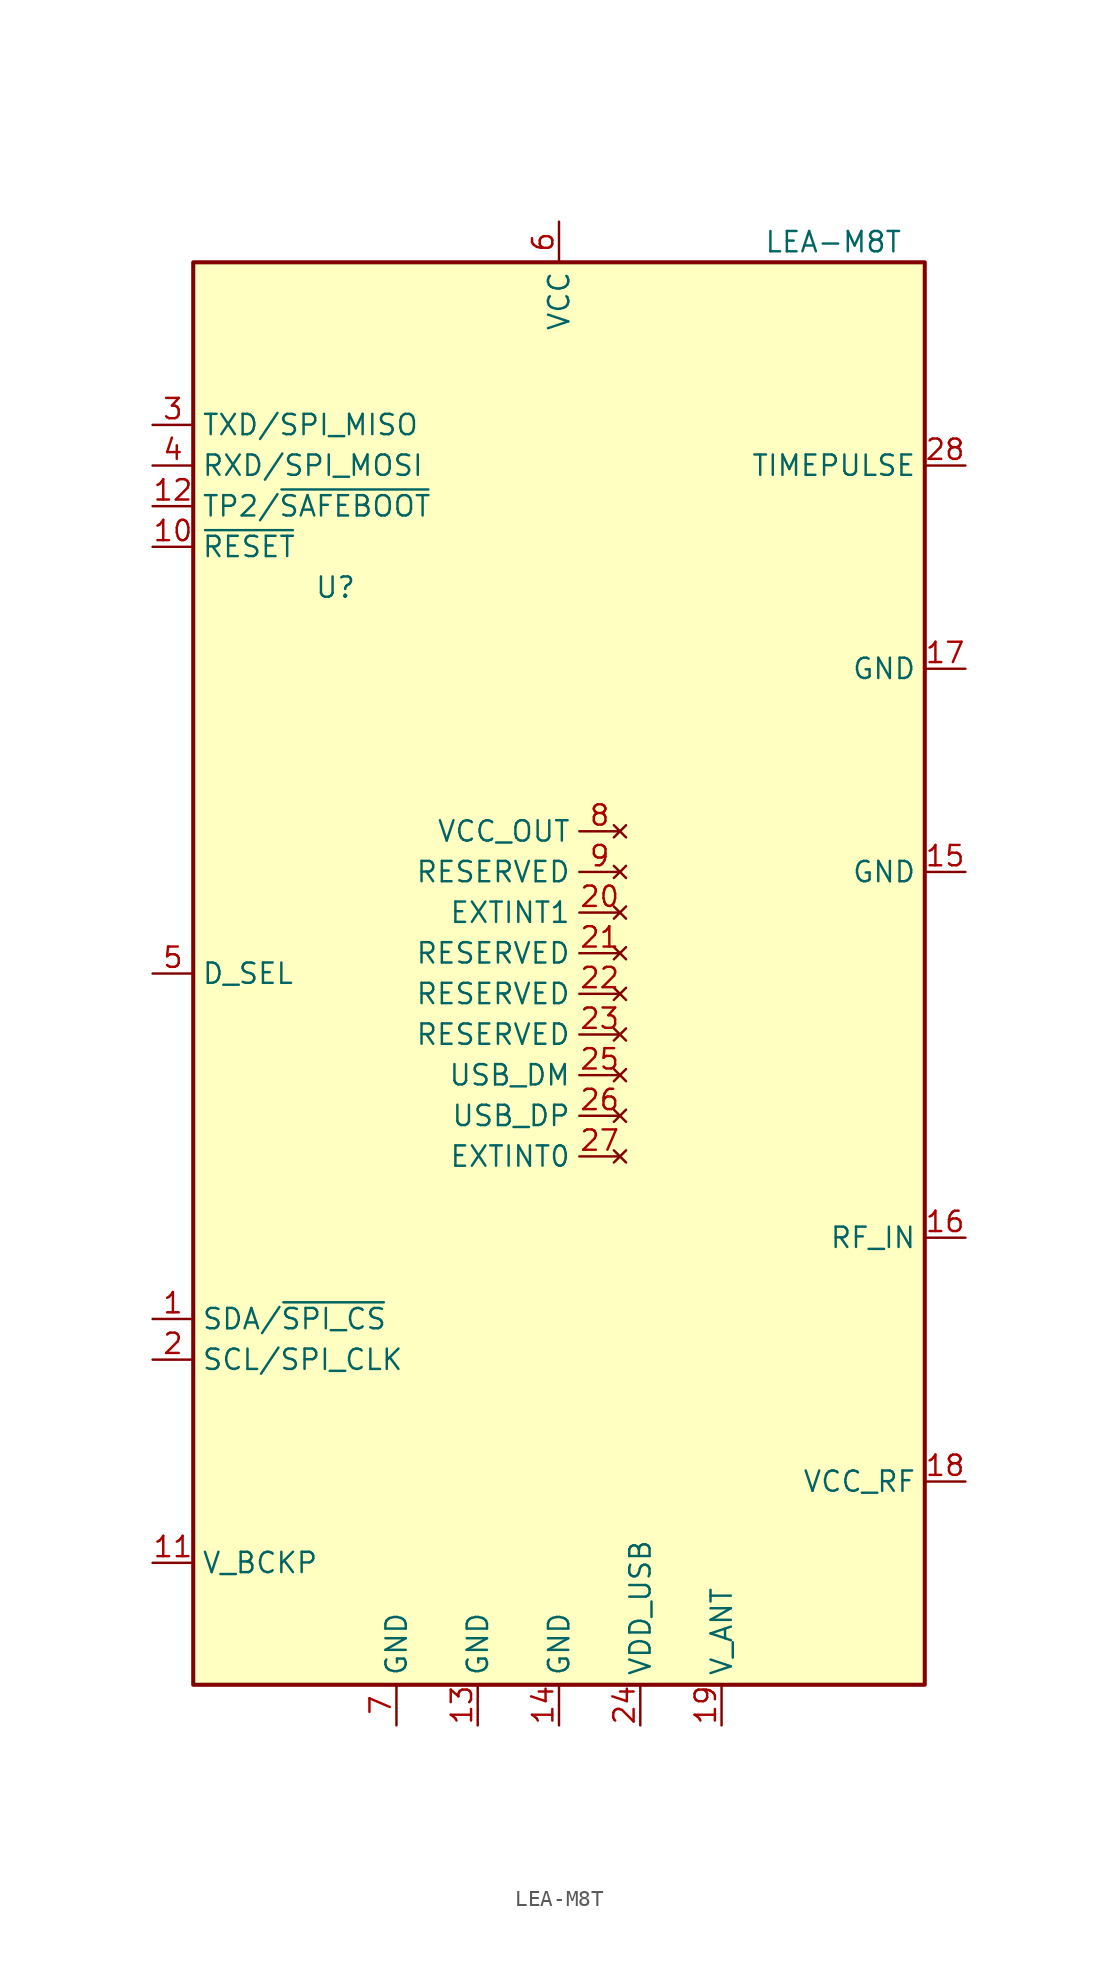
<source format=kicad_sym>
(kicad_symbol_lib
  (version 20220914)
  (generator kicad_symbol_editor)
  (symbol "LEA-M8T"
    (property "Reference" "U"
      (at -13.97 24.13 0)
      (effects (font (size 1.27 1.27))))
    (property "Value" "LEA-M8T"
      (at 17.145 45.72 0)
      (effects (font (size 1.27 1.27))))
    (symbol "LEA-M8T_0_1"
      (rectangle (start -22.86 44.45) (end 22.86 -44.45) (stroke (width 0.254) (type default)) (fill (type background))))
    (symbol "LEA-M8T_1_1"
      (pin bidirectional line (at -25.4 -21.59 0) (length 2.54) (name "SDA/~{SPI_CS}" (effects (font (size 1.27 1.27)))) (number "1" (effects (font (size 1.27 1.27)))))
      (pin input line (at -25.4 26.67 0) (length 2.54) (name "~{RESET}" (effects (font (size 1.27 1.27)))) (number "10" (effects (font (size 1.27 1.27)))))
      (pin power_in line (at -25.4 -36.83 0) (length 2.54) (name "V_BCKP" (effects (font (size 1.27 1.27)))) (number "11" (effects (font (size 1.27 1.27)))))
      (pin bidirectional line (at -25.4 29.21 0) (length 2.54) (name "TP2/~{SAFEBOOT}" (effects (font (size 1.27 1.27)))) (number "12" (effects (font (size 1.27 1.27)))))
      (pin passive line (at -5.08 -46.99 90) (length 2.54) (name "GND" (effects (font (size 1.27 1.27)))) (number "13" (effects (font (size 1.27 1.27)))))
      (pin passive line (at 0 -46.99 90) (length 2.54) (name "GND" (effects (font (size 1.27 1.27)))) (number "14" (effects (font (size 1.27 1.27)))))
      (pin passive line (at 25.4 6.35 180) (length 2.54) (name "GND" (effects (font (size 1.27 1.27)))) (number "15" (effects (font (size 1.27 1.27)))))
      (pin input line (at 25.4 -16.51 180) (length 2.54) (name "RF_IN" (effects (font (size 1.27 1.27)))) (number "16" (effects (font (size 1.27 1.27)))))
      (pin passive line (at 25.4 19.05 180) (length 2.54) (name "GND" (effects (font (size 1.27 1.27)))) (number "17" (effects (font (size 1.27 1.27)))))
      (pin power_out line (at 25.4 -31.75 180) (length 2.54) (name "VCC_RF" (effects (font (size 1.27 1.27)))) (number "18" (effects (font (size 1.27 1.27)))))
      (pin power_in line (at 10.16 -46.99 90) (length 2.54) (name "V_ANT" (effects (font (size 1.27 1.27)))) (number "19" (effects (font (size 1.27 1.27)))))
      (pin input line (at -25.4 -24.13 0) (length 2.54) (name "SCL/SPI_CLK" (effects (font (size 1.27 1.27)))) (number "2" (effects (font (size 1.27 1.27)))))
      (pin no_connect line (at 3.81 3.81 180) (length 2.54) (name "EXTINT1" (effects (font (size 1.27 1.27)))) (number "20" (effects (font (size 1.27 1.27)))))
      (pin no_connect line (at 3.81 1.27 180) (length 2.54) (name "RESERVED" (effects (font (size 1.27 1.27)))) (number "21" (effects (font (size 1.27 1.27)))))
      (pin no_connect line (at 3.81 -1.27 180) (length 2.54) (name "RESERVED" (effects (font (size 1.27 1.27)))) (number "22" (effects (font (size 1.27 1.27)))))
      (pin no_connect line (at 3.81 -3.81 180) (length 2.54) (name "RESERVED" (effects (font (size 1.27 1.27)))) (number "23" (effects (font (size 1.27 1.27)))))
      (pin power_in line (at 5.08 -46.99 90) (length 2.54) (name "VDD_USB" (effects (font (size 1.27 1.27)))) (number "24" (effects (font (size 1.27 1.27)))))
      (pin no_connect line (at 3.81 -6.35 180) (length 2.54) (name "USB_DM" (effects (font (size 1.27 1.27)))) (number "25" (effects (font (size 1.27 1.27)))))
      (pin no_connect line (at 3.81 -8.89 180) (length 2.54) (name "USB_DP" (effects (font (size 1.27 1.27)))) (number "26" (effects (font (size 1.27 1.27)))))
      (pin no_connect line (at 3.81 -11.43 180) (length 2.54) (name "EXTINT0" (effects (font (size 1.27 1.27)))) (number "27" (effects (font (size 1.27 1.27)))))
      (pin output line (at 25.4 31.75 180) (length 2.54) (name "TIMEPULSE" (effects (font (size 1.27 1.27)))) (number "28" (effects (font (size 1.27 1.27)))))
      (pin output line (at -25.4 34.29 0) (length 2.54) (name "TXD/SPI_MISO" (effects (font (size 1.27 1.27)))) (number "3" (effects (font (size 1.27 1.27)))))
      (pin input line (at -25.4 31.75 0) (length 2.54) (name "RXD/SPI_MOSI" (effects (font (size 1.27 1.27)))) (number "4" (effects (font (size 1.27 1.27)))))
      (pin input line (at -25.4 0 0) (length 2.54) (name "D_SEL" (effects (font (size 1.27 1.27)))) (number "5" (effects (font (size 1.27 1.27)))))
      (pin power_in line (at 0 46.99 270) (length 2.54) (name "VCC" (effects (font (size 1.27 1.27)))) (number "6" (effects (font (size 1.27 1.27)))))
      (pin power_in line (at -10.16 -46.99 90) (length 2.54) (name "GND" (effects (font (size 1.27 1.27)))) (number "7" (effects (font (size 1.27 1.27)))))
      (pin no_connect line (at 3.81 8.89 180) (length 2.54) (name "VCC_OUT" (effects (font (size 1.27 1.27)))) (number "8" (effects (font (size 1.27 1.27)))))
      (pin no_connect line (at 3.81 6.35 180) (length 2.54) (name "RESERVED" (effects (font (size 1.27 1.27)))) (number "9" (effects (font (size 1.27 1.27))))))))
</source>
